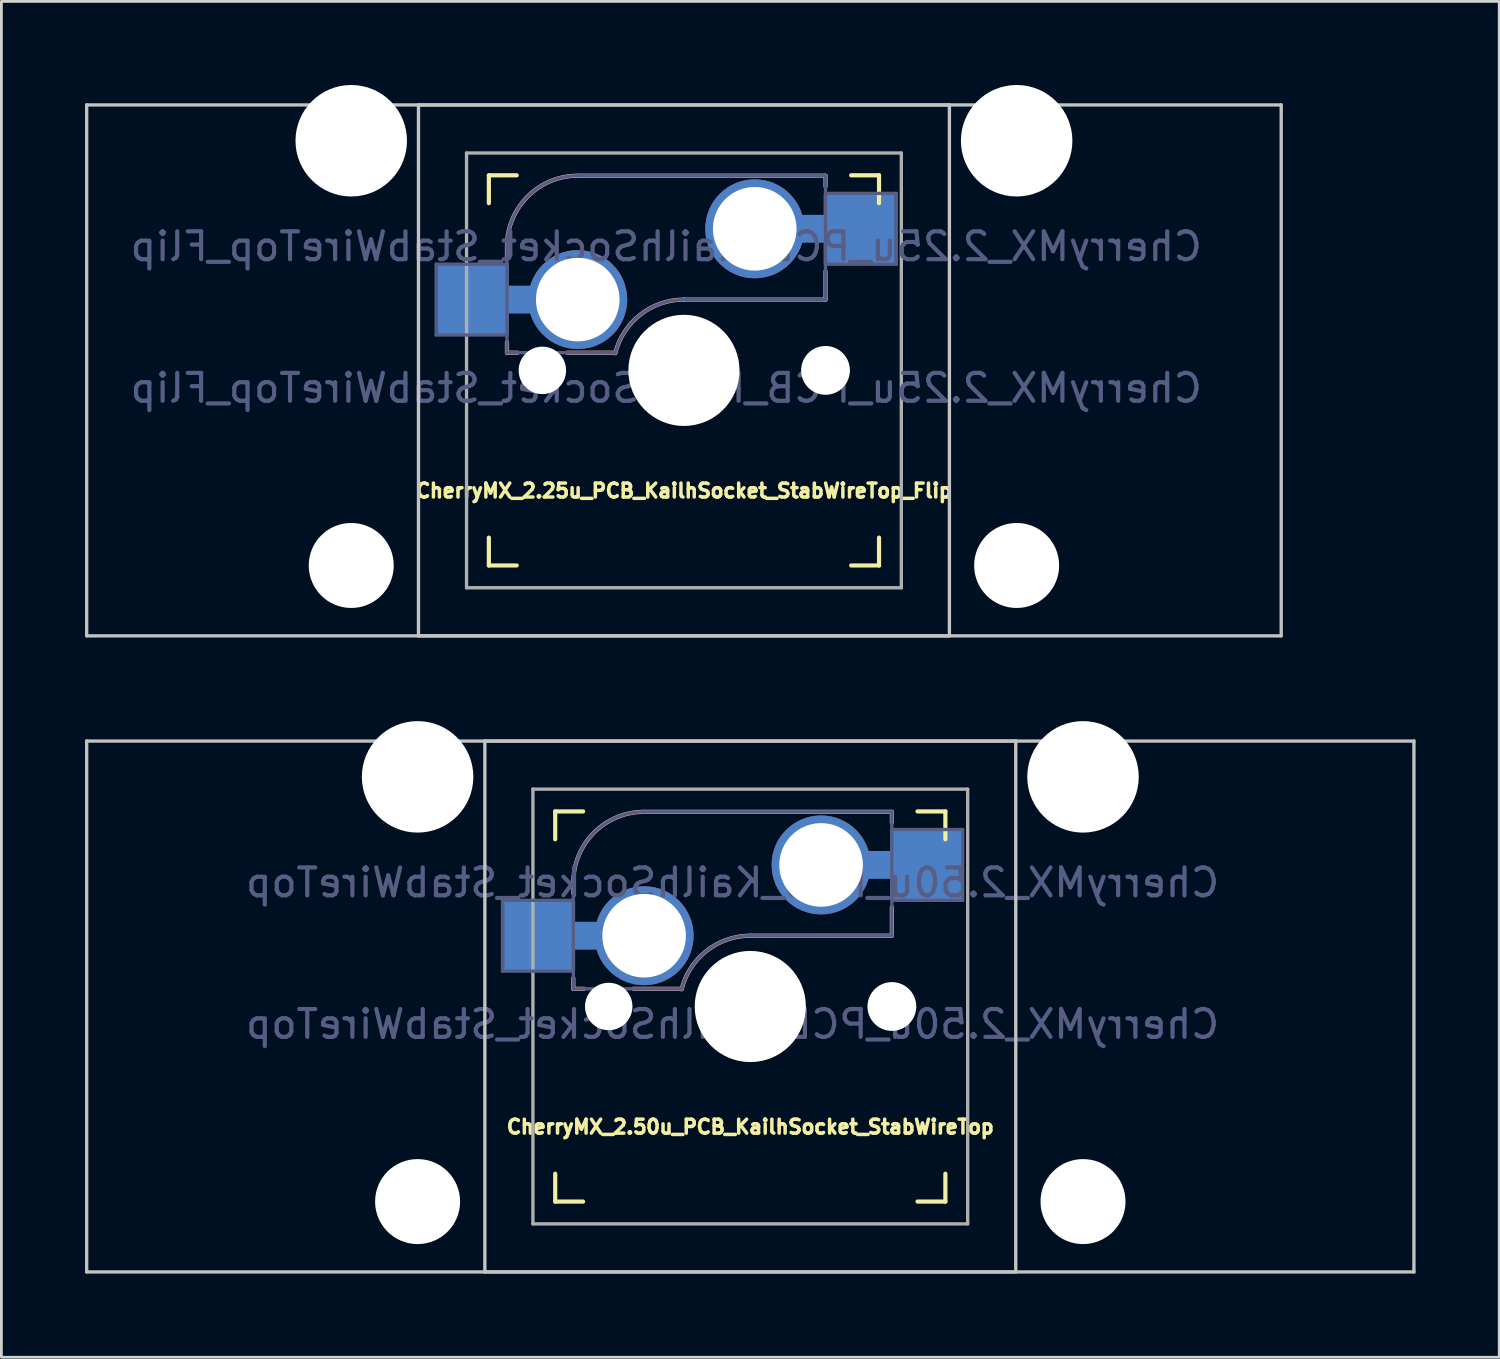
<source format=kicad_pcb>
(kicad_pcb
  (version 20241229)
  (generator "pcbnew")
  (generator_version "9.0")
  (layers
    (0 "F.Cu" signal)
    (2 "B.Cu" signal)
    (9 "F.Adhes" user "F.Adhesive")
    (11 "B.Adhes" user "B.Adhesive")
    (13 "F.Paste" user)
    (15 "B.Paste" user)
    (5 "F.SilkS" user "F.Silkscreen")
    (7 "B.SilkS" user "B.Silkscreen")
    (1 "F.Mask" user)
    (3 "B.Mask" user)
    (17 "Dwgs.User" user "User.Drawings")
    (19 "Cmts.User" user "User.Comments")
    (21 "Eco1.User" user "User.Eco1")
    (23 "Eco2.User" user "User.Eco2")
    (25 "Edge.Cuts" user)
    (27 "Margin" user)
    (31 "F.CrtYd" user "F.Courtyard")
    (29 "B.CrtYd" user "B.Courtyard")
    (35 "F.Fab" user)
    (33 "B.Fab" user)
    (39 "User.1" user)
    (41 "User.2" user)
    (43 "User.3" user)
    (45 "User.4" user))
  (footprint "CherryMX_2.25u_PCB_KailhSocket_StabWireTop_Flip"
    (layer "F.Cu")
    (at 21.491 10.24)
    (property "Reference" "CherryMX_2.25u_PCB_KailhSocket_StabWireTop_Flip" (at 0 4.318 0) (layer "F.SilkS") (effects (font (size 0.5 0.5) (thickness 0.125))))
    (property "Value" "CherryMX_2.25u_PCB_KailhSocket_StabWireTop_Flip" (at 0 8.662 0) (layer "F.Fab") (hide yes) (effects (font (size 1 1) (thickness 0.15))))
    (attr through_hole)
    (fp_line (start -7 -6) (end -7 -7) (stroke (width 0.15) (type solid)) (layer "F.SilkS"))
    (fp_line (start -7 7) (end -7 6) (stroke (width 0.15) (type solid)) (layer "F.SilkS"))
    (fp_line (start -7 7) (end -6 7) (stroke (width 0.15) (type solid)) (layer "F.SilkS"))
    (fp_line (start -6 -7) (end -7 -7) (stroke (width 0.15) (type solid)) (layer "F.SilkS"))
    (fp_line (start 6 7) (end 7 7) (stroke (width 0.15) (type solid)) (layer "F.SilkS"))
    (fp_line (start 7 -7) (end 6 -7) (stroke (width 0.15) (type solid)) (layer "F.SilkS"))
    (fp_line (start 7 -7) (end 7 -6) (stroke (width 0.15) (type solid)) (layer "F.SilkS"))
    (fp_line (start 7 6) (end 7 7) (stroke (width 0.15) (type solid)) (layer "F.SilkS"))
    (fp_line (start -6.35 -4.445) (end -6.35 -4.064) (stroke (width 0.15) (type solid)) (layer "B.SilkS"))
    (fp_line (start -6.35 -1.016) (end -6.35 -0.635) (stroke (width 0.15) (type solid)) (layer "B.SilkS"))
    (fp_line (start -5.969 -0.635) (end -6.35 -0.635) (stroke (width 0.15) (type solid)) (layer "B.SilkS"))
    (fp_line (start -3.81 -6.985) (end 5.08 -6.985) (stroke (width 0.15) (type solid)) (layer "B.SilkS"))
    (fp_line (start -2.464 -0.635) (end -4.191 -0.635) (stroke (width 0.15) (type solid)) (layer "B.SilkS"))
    (fp_line (start 5.08 -6.985) (end 5.08 -6.604) (stroke (width 0.15) (type solid)) (layer "B.SilkS"))
    (fp_line (start 5.08 -3.556) (end 5.08 -2.54) (stroke (width 0.15) (type solid)) (layer "B.SilkS"))
    (fp_line (start 5.08 -2.54) (end 0 -2.54) (stroke (width 0.15) (type solid)) (layer "B.SilkS"))
    (fp_arc (start -6.35 -4.445) (mid -5.606051 -6.241051) (end -3.81 -6.985) (stroke (width 0.15) (type solid)) (layer "B.SilkS"))
    (fp_arc (start -2.464162 -0.61604) (mid -1.563147 -2.002042) (end 0 -2.54) (stroke (width 0.15) (type solid)) (layer "B.SilkS"))
    (fp_line (start -21.431 -9.525) (end 21.431 -9.525) (stroke (width 0.12) (type solid)) (layer "Dwgs.User"))
    (fp_line (start -21.431 9.525) (end -21.431 -9.525) (stroke (width 0.12) (type solid)) (layer "Dwgs.User"))
    (fp_line (start -9.525 -9.525) (end 9.525 -9.525) (stroke (width 0.12) (type solid)) (layer "Dwgs.User"))
    (fp_line (start -9.525 9.525) (end -9.525 -9.525) (stroke (width 0.12) (type solid)) (layer "Dwgs.User"))
    (fp_line (start 9.525 -9.525) (end 9.525 9.525) (stroke (width 0.12) (type solid)) (layer "Dwgs.User"))
    (fp_line (start 9.525 9.525) (end -9.525 9.525) (stroke (width 0.12) (type solid)) (layer "Dwgs.User"))
    (fp_line (start 21.431 -9.525) (end 21.431 9.525) (stroke (width 0.12) (type solid)) (layer "Dwgs.User"))
    (fp_line (start 21.431 9.525) (end -21.431 9.525) (stroke (width 0.12) (type solid)) (layer "Dwgs.User"))
    (fp_line (start -6.9 6.9) (end -6.9 -6.9) (stroke (width 0.15) (type solid)) (layer "Eco2.User"))
    (fp_line (start -6.9 6.9) (end 6.9 6.9) (stroke (width 0.15) (type solid)) (layer "Eco2.User"))
    (fp_line (start 6.9 -6.9) (end -6.9 -6.9) (stroke (width 0.15) (type solid)) (layer "Eco2.User"))
    (fp_line (start 6.9 -6.9) (end 6.9 6.9) (stroke (width 0.15) (type solid)) (layer "Eco2.User"))
    (fp_line (start -8.89 -3.81) (end -6.35 -3.81) (stroke (width 0.12) (type solid)) (layer "B.Fab"))
    (fp_line (start -8.89 -1.27) (end -8.89 -3.81) (stroke (width 0.12) (type solid)) (layer "B.Fab"))
    (fp_line (start -6.35 -1.27) (end -8.89 -1.27) (stroke (width 0.12) (type solid)) (layer "B.Fab"))
    (fp_line (start -6.35 -0.635) (end -6.35 -4.445) (stroke (width 0.12) (type solid)) (layer "B.Fab"))
    (fp_line (start -6.35 -0.635) (end -2.54 -0.635) (stroke (width 0.12) (type solid)) (layer "B.Fab"))
    (fp_line (start -3.81 -6.985) (end 5.08 -6.985) (stroke (width 0.12) (type solid)) (layer "B.Fab"))
    (fp_line (start 5.08 -6.985) (end 5.08 -2.54) (stroke (width 0.12) (type solid)) (layer "B.Fab"))
    (fp_line (start 5.08 -6.35) (end 7.62 -6.35) (stroke (width 0.12) (type solid)) (layer "B.Fab"))
    (fp_line (start 5.08 -2.54) (end 0 -2.54) (stroke (width 0.12) (type solid)) (layer "B.Fab"))
    (fp_line (start 7.62 -6.35) (end 7.62 -3.81) (stroke (width 0.12) (type solid)) (layer "B.Fab"))
    (fp_line (start 7.62 -3.81) (end 5.08 -3.81) (stroke (width 0.12) (type solid)) (layer "B.Fab"))
    (fp_arc (start -6.35 -4.445) (mid -5.606051 -6.241051) (end -3.81 -6.985) (stroke (width 0.12) (type solid)) (layer "B.Fab"))
    (fp_arc (start -2.464162 -0.61604) (mid -1.563147 -2.002042) (end 0 -2.54) (stroke (width 0.12) (type solid)) (layer "B.Fab"))
    (fp_line (start -7.8 -7.8) (end -7.8 7.8) (stroke (width 0.12) (type solid)) (layer "F.Fab"))
    (fp_line (start -7.8 -7.8) (end 7.8 -7.8) (stroke (width 0.12) (type solid)) (layer "F.Fab"))
    (fp_line (start -7.8 7.8) (end 7.8 7.8) (stroke (width 0.12) (type solid)) (layer "F.Fab"))
    (fp_line (start 7.8 -7.8) (end 7.8 7.8) (stroke (width 0.12) (type solid)) (layer "F.Fab"))
    (fp_text user "${REFERENCE}" (at -0.635 -4.445 0) (layer "B.Fab") (effects (font (size 1 1) (thickness 0.15)) (justify mirror)))
    (fp_text user "${VALUE}" (at -0.635 0.635 0) (layer "B.Fab") (effects (font (size 1 1) (thickness 0.15)) (justify mirror)))
    (pad "" np_thru_hole circle (at -11.938 -8.24) (size 4 4) (drill 4) (layers "*.Cu" "*.Mask"))
    (pad "" np_thru_hole circle (at -11.938 7) (size 3.05 3.05) (drill 3.05) (layers "*.Cu" "*.Mask"))
    (pad "" np_thru_hole circle (at -5.08 0) (size 1.702 1.702) (drill 1.702) (layers "*.Cu" "*.Mask"))
    (pad "" np_thru_hole circle (at 0 0) (size 3.988 3.988) (drill 3.988) (layers "*.Cu" "*.Mask"))
    (pad "" np_thru_hole circle (at 5.08 0) (size 1.702 1.702) (drill 1.702) (layers "*.Cu" "*.Mask"))
    (pad "" np_thru_hole circle (at 5.08 0) (size 1.75 1.75) (drill 1.75) (layers "*.Cu" "*.Mask"))
    (pad "" np_thru_hole circle (at 11.938 -8.24) (size 4 4) (drill 4) (layers "*.Cu" "*.Mask"))
    (pad "" np_thru_hole circle (at 11.938 7) (size 3.05 3.05) (drill 3.05) (layers "*.Cu" "*.Mask"))
    (pad "1" thru_hole circle (at 2.54 -5.08) (size 3.55 3.55) (drill 3) (layers "*.Cu"))
    (pad "1" connect rect (at 5.015 -5.08 270) (size 1 2.5) (layers "B.Cu"))
    (pad "1" smd rect (at 6.29 -5.08) (size 2.55 2.5) (layers "B.Cu" "B.Mask" "B.Paste"))
    (pad "2" smd rect (at -7.56 -2.54) (size 2.55 2.5) (layers "B.Cu" "B.Mask" "B.Paste"))
    (pad "2" connect rect (at -5.715 -2.54 90) (size 1 2.5) (layers "B.Cu"))
    (pad "2" thru_hole circle (at -3.81 -2.54) (size 3.55 3.55) (drill 3) (layers "*.Cu")))
  (footprint "CherryMX_2.50u_PCB_KailhSocket_StabWireTop"
    (layer "F.Cu")
    (at 23.872 33.065)
    (property "Reference" "CherryMX_2.50u_PCB_KailhSocket_StabWireTop" (at 0 4.318 0) (layer "F.SilkS") (effects (font (size 0.5 0.5) (thickness 0.125))))
    (property "Value" "CherryMX_2.50u_PCB_KailhSocket_StabWireTop" (at 0 8.662 0) (layer "F.Fab") (hide yes) (effects (font (size 1 1) (thickness 0.15))))
    (attr through_hole)
    (fp_line (start -7 -6) (end -7 -7) (stroke (width 0.15) (type solid)) (layer "F.SilkS"))
    (fp_line (start -7 7) (end -7 6) (stroke (width 0.15) (type solid)) (layer "F.SilkS"))
    (fp_line (start -7 7) (end -6 7) (stroke (width 0.15) (type solid)) (layer "F.SilkS"))
    (fp_line (start -6 -7) (end -7 -7) (stroke (width 0.15) (type solid)) (layer "F.SilkS"))
    (fp_line (start 6 7) (end 7 7) (stroke (width 0.15) (type solid)) (layer "F.SilkS"))
    (fp_line (start 7 -7) (end 6 -7) (stroke (width 0.15) (type solid)) (layer "F.SilkS"))
    (fp_line (start 7 -7) (end 7 -6) (stroke (width 0.15) (type solid)) (layer "F.SilkS"))
    (fp_line (start 7 6) (end 7 7) (stroke (width 0.15) (type solid)) (layer "F.SilkS"))
    (fp_line (start -6.35 -4.445) (end -6.35 -4.064) (stroke (width 0.15) (type solid)) (layer "B.SilkS"))
    (fp_line (start -6.35 -1.016) (end -6.35 -0.635) (stroke (width 0.15) (type solid)) (layer "B.SilkS"))
    (fp_line (start -5.969 -0.635) (end -6.35 -0.635) (stroke (width 0.15) (type solid)) (layer "B.SilkS"))
    (fp_line (start -3.81 -6.985) (end 5.08 -6.985) (stroke (width 0.15) (type solid)) (layer "B.SilkS"))
    (fp_line (start -2.464 -0.635) (end -4.191 -0.635) (stroke (width 0.15) (type solid)) (layer "B.SilkS"))
    (fp_line (start 5.08 -6.985) (end 5.08 -6.604) (stroke (width 0.15) (type solid)) (layer "B.SilkS"))
    (fp_line (start 5.08 -3.556) (end 5.08 -2.54) (stroke (width 0.15) (type solid)) (layer "B.SilkS"))
    (fp_line (start 5.08 -2.54) (end 0 -2.54) (stroke (width 0.15) (type solid)) (layer "B.SilkS"))
    (fp_arc (start -6.35 -4.445) (mid -5.606051 -6.241051) (end -3.81 -6.985) (stroke (width 0.15) (type solid)) (layer "B.SilkS"))
    (fp_arc (start -2.464162 -0.61604) (mid -1.563147 -2.002042) (end 0 -2.54) (stroke (width 0.15) (type solid)) (layer "B.SilkS"))
    (fp_line (start -23.812 -9.525) (end 23.812 -9.525) (stroke (width 0.12) (type solid)) (layer "Dwgs.User"))
    (fp_line (start -23.812 9.525) (end -23.812 -9.525) (stroke (width 0.12) (type solid)) (layer "Dwgs.User"))
    (fp_line (start -9.525 -9.525) (end 9.525 -9.525) (stroke (width 0.12) (type solid)) (layer "Dwgs.User"))
    (fp_line (start -9.525 9.525) (end -9.525 -9.525) (stroke (width 0.12) (type solid)) (layer "Dwgs.User"))
    (fp_line (start 9.525 -9.525) (end 9.525 9.525) (stroke (width 0.12) (type solid)) (layer "Dwgs.User"))
    (fp_line (start 9.525 9.525) (end -9.525 9.525) (stroke (width 0.12) (type solid)) (layer "Dwgs.User"))
    (fp_line (start 23.812 -9.525) (end 23.812 9.525) (stroke (width 0.12) (type solid)) (layer "Dwgs.User"))
    (fp_line (start 23.812 9.525) (end -23.812 9.525) (stroke (width 0.12) (type solid)) (layer "Dwgs.User"))
    (fp_line (start -6.9 6.9) (end -6.9 -6.9) (stroke (width 0.15) (type solid)) (layer "Eco2.User"))
    (fp_line (start -6.9 6.9) (end 6.9 6.9) (stroke (width 0.15) (type solid)) (layer "Eco2.User"))
    (fp_line (start 6.9 -6.9) (end -6.9 -6.9) (stroke (width 0.15) (type solid)) (layer "Eco2.User"))
    (fp_line (start 6.9 -6.9) (end 6.9 6.9) (stroke (width 0.15) (type solid)) (layer "Eco2.User"))
    (fp_line (start -8.89 -3.81) (end -6.35 -3.81) (stroke (width 0.12) (type solid)) (layer "B.Fab"))
    (fp_line (start -8.89 -1.27) (end -8.89 -3.81) (stroke (width 0.12) (type solid)) (layer "B.Fab"))
    (fp_line (start -6.35 -1.27) (end -8.89 -1.27) (stroke (width 0.12) (type solid)) (layer "B.Fab"))
    (fp_line (start -6.35 -0.635) (end -6.35 -4.445) (stroke (width 0.12) (type solid)) (layer "B.Fab"))
    (fp_line (start -6.35 -0.635) (end -2.54 -0.635) (stroke (width 0.12) (type solid)) (layer "B.Fab"))
    (fp_line (start -3.81 -6.985) (end 5.08 -6.985) (stroke (width 0.12) (type solid)) (layer "B.Fab"))
    (fp_line (start 5.08 -6.985) (end 5.08 -2.54) (stroke (width 0.12) (type solid)) (layer "B.Fab"))
    (fp_line (start 5.08 -6.35) (end 7.62 -6.35) (stroke (width 0.12) (type solid)) (layer "B.Fab"))
    (fp_line (start 5.08 -2.54) (end 0 -2.54) (stroke (width 0.12) (type solid)) (layer "B.Fab"))
    (fp_line (start 7.62 -6.35) (end 7.62 -3.81) (stroke (width 0.12) (type solid)) (layer "B.Fab"))
    (fp_line (start 7.62 -3.81) (end 5.08 -3.81) (stroke (width 0.12) (type solid)) (layer "B.Fab"))
    (fp_arc (start -6.35 -4.445) (mid -5.606051 -6.241051) (end -3.81 -6.985) (stroke (width 0.12) (type solid)) (layer "B.Fab"))
    (fp_arc (start -2.464162 -0.61604) (mid -1.563147 -2.002042) (end 0 -2.54) (stroke (width 0.12) (type solid)) (layer "B.Fab"))
    (fp_line (start -7.8 -7.8) (end -7.8 7.8) (stroke (width 0.12) (type solid)) (layer "F.Fab"))
    (fp_line (start -7.8 -7.8) (end 7.8 -7.8) (stroke (width 0.12) (type solid)) (layer "F.Fab"))
    (fp_line (start -7.8 7.8) (end 7.8 7.8) (stroke (width 0.12) (type solid)) (layer "F.Fab"))
    (fp_line (start 7.8 -7.8) (end 7.8 7.8) (stroke (width 0.12) (type solid)) (layer "F.Fab"))
    (fp_text user "${VALUE}" (at -0.635 0.635 0) (layer "B.Fab") (effects (font (size 1 1) (thickness 0.15)) (justify mirror)))
    (fp_text user "${REFERENCE}" (at -0.635 -4.445 0) (layer "B.Fab") (effects (font (size 1 1) (thickness 0.15)) (justify mirror)))
    (pad "" np_thru_hole circle (at -11.938 -8.24) (size 4 4) (drill 4) (layers "*.Cu" "*.Mask"))
    (pad "" np_thru_hole circle (at -11.938 7) (size 3.05 3.05) (drill 3.05) (layers "*.Cu" "*.Mask"))
    (pad "" np_thru_hole circle (at -5.08 0) (size 1.702 1.702) (drill 1.702) (layers "*.Cu" "*.Mask"))
    (pad "" np_thru_hole circle (at 0 0) (size 3.988 3.988) (drill 3.988) (layers "*.Cu" "*.Mask"))
    (pad "" np_thru_hole circle (at 5.08 0) (size 1.702 1.702) (drill 1.702) (layers "*.Cu" "*.Mask"))
    (pad "" np_thru_hole circle (at 5.08 0) (size 1.75 1.75) (drill 1.75) (layers "*.Cu" "*.Mask"))
    (pad "" np_thru_hole circle (at 11.938 -8.24) (size 4 4) (drill 4) (layers "*.Cu" "*.Mask"))
    (pad "" np_thru_hole circle (at 11.938 7) (size 3.05 3.05) (drill 3.05) (layers "*.Cu" "*.Mask"))
    (pad "1" smd rect (at -7.56 -2.54) (size 2.55 2.5) (layers "B.Cu" "B.Mask" "B.Paste"))
    (pad "1" connect rect (at -5.715 -2.54 90) (size 1 2.5) (layers "B.Cu"))
    (pad "1" thru_hole circle (at -3.81 -2.54) (size 3.55 3.55) (drill 3) (layers "*.Cu"))
    (pad "2" thru_hole circle (at 2.54 -5.08) (size 3.55 3.55) (drill 3) (layers "*.Cu"))
    (pad "2" connect rect (at 5.015 -5.08 270) (size 1 2.5) (layers "B.Cu"))
    (pad "2" smd rect (at 6.29 -5.08) (size 2.55 2.5) (layers "B.Cu" "B.Mask" "B.Paste")))
  (gr_rect
    (start -3 -3)
    (end 50.745 45.65)
    (stroke (width 0.1) (type default))
    (fill no)
    (layer "Edge.Cuts")))
</source>
